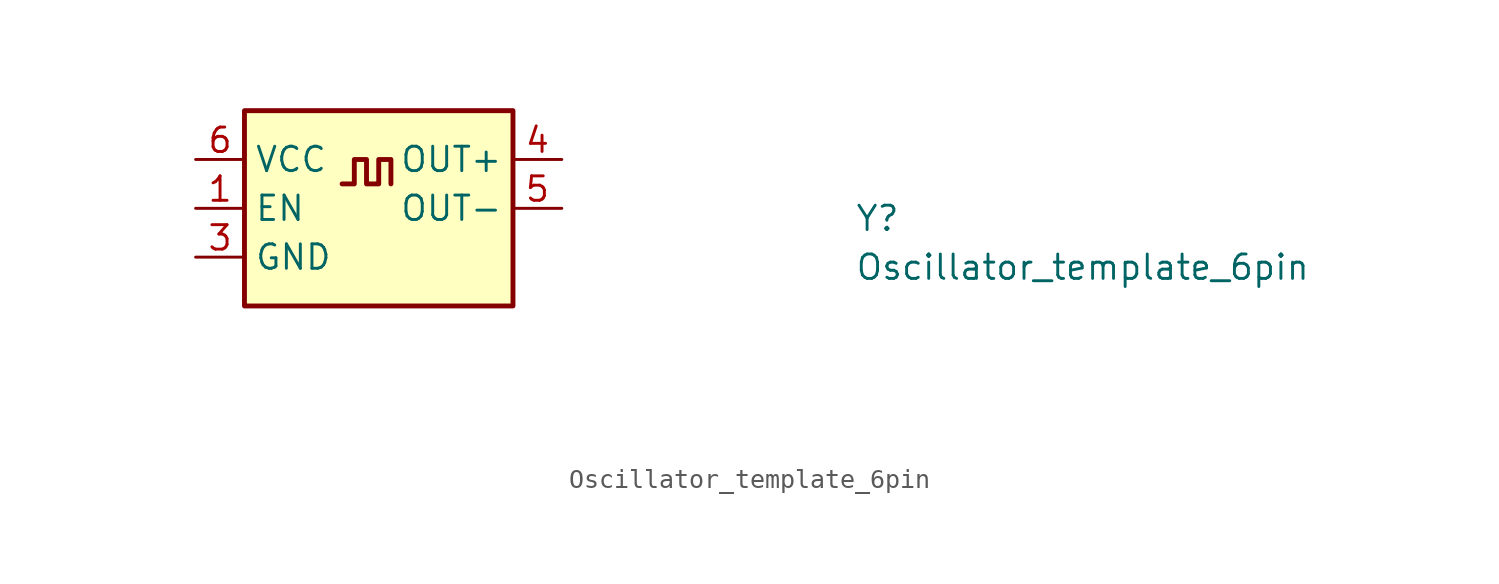
<source format=kicad_sym>
(kicad_symbol_lib
  (version 20220914)
  (generator kicad_symbol_editor)
  (symbol "Oscillator_template_6pin"
    (property "Reference" "Y"
      (at 34.29 -3.81 0)
      (effects (font (size 1.27 1.27) (thickness 0.15)) (justify left bottom)))
    (property "Value" "Oscillator_template_6pin"
      (at 34.29 -6.35 0)
      (effects (font (size 1.27 1.27) (thickness 0.15)) (justify left bottom)))
    (property "Val" ""
      (at 0 0 0)
      (effects (font (size 1.27 1.27))))
    (property "MPN" ""
      (at 34.29 -13.97 0)
      (effects (font (size 1.27 1.27) (thickness 0.15)) (justify left bottom)))
    (symbol "Oscillator_template_6pin_1_1"
      (polyline (pts (xy 7.62 -1.27) (xy 8.255 -1.27) (xy 8.255 0) (xy 8.89 0) (xy 8.89 -1.27) (xy 9.525 -1.27) (xy 9.525 0) (xy 10.16 0) (xy 10.16 -1.27)) (stroke (width 0.254) (type default)) (fill (type background)))
      (rectangle (start 2.54 2.54) (end 16.51 -7.62) (stroke (width 0.254) (type default)) (fill (type background)))
      (pin input line (at 0 -2.54 0) (length 2.54) (name "EN" (effects (font (size 1.27 1.27)))) (number "1" (effects (font (size 1.27 1.27)))))
      (pin no_connect line (at 16.51 -5.08 180) (length 2.54) hide (name "NC" (effects (font (size 1.27 1.27)))) (number "2" (effects (font (size 1.27 1.27)))))
      (pin power_in line (at 0 -5.08 0) (length 2.54) (name "GND" (effects (font (size 1.27 1.27)))) (number "3" (effects (font (size 1.27 1.27)))))
      (pin output line (at 19.05 0 180) (length 2.54) (name "OUT+" (effects (font (size 1.27 1.27)))) (number "4" (effects (font (size 1.27 1.27)))))
      (pin output line (at 19.05 -2.54 180) (length 2.54) (name "OUT-" (effects (font (size 1.27 1.27)))) (number "5" (effects (font (size 1.27 1.27)))))
      (pin power_in line (at 0 0 0) (length 2.54) (name "VCC" (effects (font (size 1.27 1.27)))) (number "6" (effects (font (size 1.27 1.27))))))))
</source>
